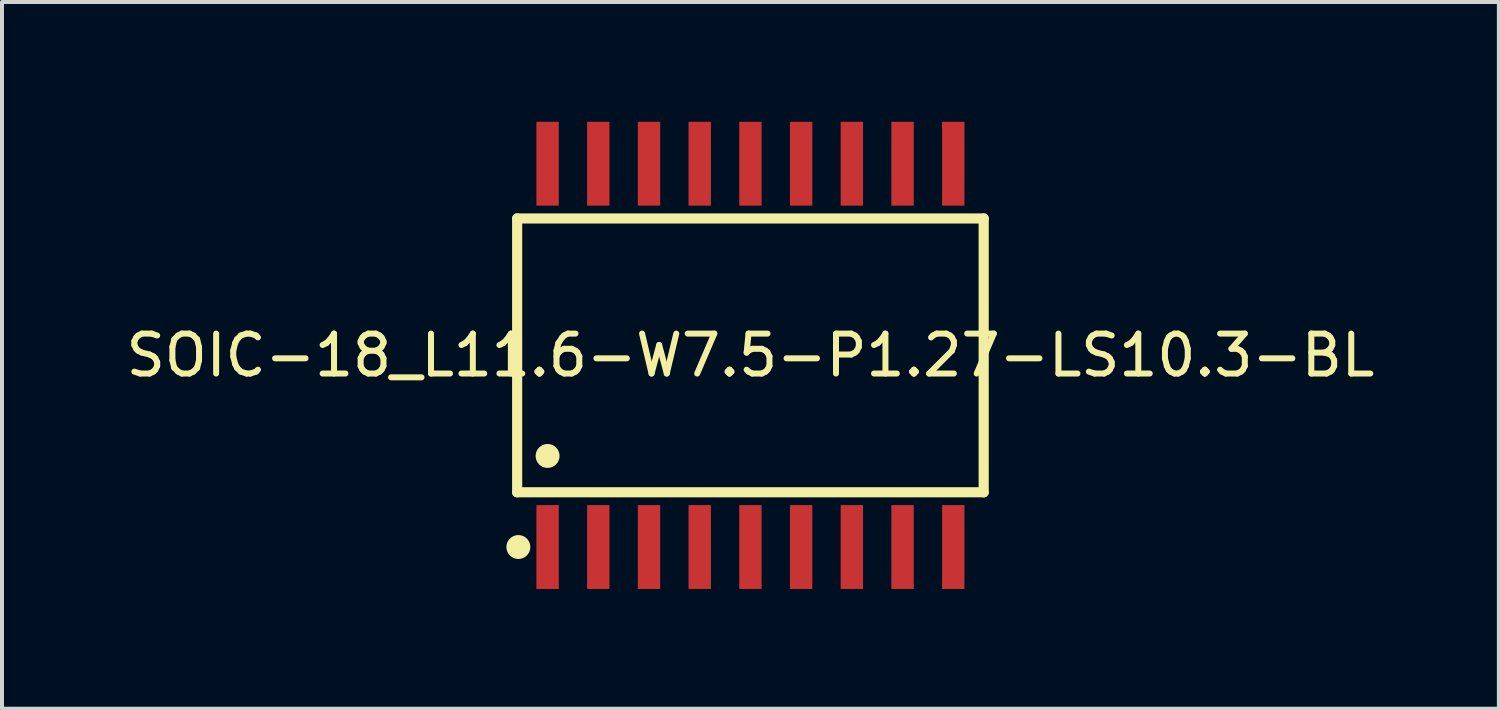
<source format=kicad_pcb>
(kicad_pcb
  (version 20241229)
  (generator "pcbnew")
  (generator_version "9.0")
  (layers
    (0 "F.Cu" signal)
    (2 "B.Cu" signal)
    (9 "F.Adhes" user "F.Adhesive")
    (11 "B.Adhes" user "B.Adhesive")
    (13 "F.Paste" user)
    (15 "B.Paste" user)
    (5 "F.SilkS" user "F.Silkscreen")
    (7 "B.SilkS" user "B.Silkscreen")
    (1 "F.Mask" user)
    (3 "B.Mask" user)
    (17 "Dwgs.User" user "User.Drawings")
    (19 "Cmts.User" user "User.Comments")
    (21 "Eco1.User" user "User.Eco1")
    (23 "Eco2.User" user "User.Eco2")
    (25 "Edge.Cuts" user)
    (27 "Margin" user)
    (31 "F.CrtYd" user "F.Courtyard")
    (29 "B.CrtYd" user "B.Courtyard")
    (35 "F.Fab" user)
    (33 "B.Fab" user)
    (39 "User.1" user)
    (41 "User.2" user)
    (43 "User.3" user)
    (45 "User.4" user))
  (footprint "SOIC-18_L11.6-W7.5-P1.27-LS10.3-BL"
    (layer "F.Cu")
    (at 15.744 5.85)
    (property "Reference" "SOIC-18_L11.6-W7.5-P1.27-LS10.3-BL" (at 0 0 0) (layer "F.SilkS") (effects (font (size 1 1) (thickness 0.15))))
    (fp_line (start -5.842 -3.429) (end 5.842 -3.429) (stroke (width 0.254) (type default)) (layer "F.SilkS"))
    (fp_line (start -5.842 3.429) (end -5.842 -3.429) (stroke (width 0.254) (type default)) (layer "F.SilkS"))
    (fp_line (start -5.842 3.429) (end 5.842 3.429) (stroke (width 0.254) (type default)) (layer "F.SilkS"))
    (fp_line (start 5.842 3.429) (end 5.842 -3.429) (stroke (width 0.254) (type default)) (layer "F.SilkS"))
    (fp_circle (center -5.812 4.8) (end -5.662 4.8) (stroke (width 0.3) (type default)) (fill no) (layer "F.SilkS"))
    (fp_circle (center -5.08 2.519) (end -4.93 2.519) (stroke (width 0.3) (type default)) (fill no) (layer "F.SilkS"))
    (fp_line (start -5.775 -3.75) (end 5.775 -3.75) (stroke (width 0.051) (type default)) (layer "User.1"))
    (fp_line (start -5.775 3.75) (end -5.775 -3.75) (stroke (width 0.051) (type default)) (layer "User.1"))
    (fp_line (start -5.775 3.75) (end 5.776 3.75) (stroke (width 0.051) (type default)) (layer "User.1"))
    (fp_line (start 5.775 -3.75) (end 5.776 3.75) (stroke (width 0.051) (type default)) (layer "User.1"))
    (fp_circle (center -5.08 5.55) (end -4.93 5.55) (stroke (width 0.3) (type default)) (fill no) (layer "User.1"))
    (fp_poly (pts (xy -5.28 -5.15) (xy -5.28 -4.45) (xy -4.88 -4.45) (xy -4.88 -5.15)) (stroke (width 0.1) (type default)) (fill no) (layer "User.1"))
    (fp_poly (pts (xy -5.28 -4.46) (xy -5.28 -3.49) (xy -4.88 -3.49) (xy -4.88 -4.46)) (stroke (width 0.1) (type default)) (fill no) (layer "User.1"))
    (fp_poly (pts (xy -5.28 4.46) (xy -5.28 3.49) (xy -4.88 3.49) (xy -4.88 4.46)) (stroke (width 0.1) (type default)) (fill no) (layer "User.1"))
    (fp_poly (pts (xy -5.28 5.15) (xy -5.28 4.45) (xy -4.88 4.45) (xy -4.88 5.15)) (stroke (width 0.1) (type default)) (fill no) (layer "User.1"))
    (fp_poly (pts (xy -4.01 -5.15) (xy -4.01 -4.45) (xy -3.61 -4.45) (xy -3.61 -5.15)) (stroke (width 0.1) (type default)) (fill no) (layer "User.1"))
    (fp_poly (pts (xy -4.01 -4.46) (xy -4.01 -3.49) (xy -3.61 -3.49) (xy -3.61 -4.46)) (stroke (width 0.1) (type default)) (fill no) (layer "User.1"))
    (fp_poly (pts (xy -4.01 4.46) (xy -4.01 3.49) (xy -3.61 3.49) (xy -3.61 4.46)) (stroke (width 0.1) (type default)) (fill no) (layer "User.1"))
    (fp_poly (pts (xy -4.01 5.15) (xy -4.01 4.45) (xy -3.61 4.45) (xy -3.61 5.15)) (stroke (width 0.1) (type default)) (fill no) (layer "User.1"))
    (fp_poly (pts (xy -2.74 -5.15) (xy -2.74 -4.45) (xy -2.34 -4.45) (xy -2.34 -5.15)) (stroke (width 0.1) (type default)) (fill no) (layer "User.1"))
    (fp_poly (pts (xy -2.74 -4.46) (xy -2.74 -3.49) (xy -2.34 -3.49) (xy -2.34 -4.46)) (stroke (width 0.1) (type default)) (fill no) (layer "User.1"))
    (fp_poly (pts (xy -2.74 4.46) (xy -2.74 3.49) (xy -2.34 3.49) (xy -2.34 4.46)) (stroke (width 0.1) (type default)) (fill no) (layer "User.1"))
    (fp_poly (pts (xy -2.74 5.15) (xy -2.74 4.45) (xy -2.34 4.45) (xy -2.34 5.15)) (stroke (width 0.1) (type default)) (fill no) (layer "User.1"))
    (fp_poly (pts (xy -1.47 -5.15) (xy -1.47 -4.45) (xy -1.07 -4.45) (xy -1.07 -5.15)) (stroke (width 0.1) (type default)) (fill no) (layer "User.1"))
    (fp_poly (pts (xy -1.47 -4.46) (xy -1.47 -3.49) (xy -1.07 -3.49) (xy -1.07 -4.46)) (stroke (width 0.1) (type default)) (fill no) (layer "User.1"))
    (fp_poly (pts (xy -1.47 4.46) (xy -1.47 3.49) (xy -1.07 3.49) (xy -1.07 4.46)) (stroke (width 0.1) (type default)) (fill no) (layer "User.1"))
    (fp_poly (pts (xy -1.47 5.15) (xy -1.47 4.45) (xy -1.07 4.45) (xy -1.07 5.15)) (stroke (width 0.1) (type default)) (fill no) (layer "User.1"))
    (fp_poly (pts (xy -0.2 -5.15) (xy -0.2 -4.45) (xy 0.2 -4.45) (xy 0.2 -5.15)) (stroke (width 0.1) (type default)) (fill no) (layer "User.1"))
    (fp_poly (pts (xy -0.2 -4.46) (xy -0.2 -3.49) (xy 0.2 -3.49) (xy 0.2 -4.46)) (stroke (width 0.1) (type default)) (fill no) (layer "User.1"))
    (fp_poly (pts (xy -0.2 4.46) (xy -0.2 3.49) (xy 0.2 3.49) (xy 0.2 4.46)) (stroke (width 0.1) (type default)) (fill no) (layer "User.1"))
    (fp_poly (pts (xy -0.2 5.15) (xy -0.2 4.45) (xy 0.2 4.45) (xy 0.2 5.15)) (stroke (width 0.1) (type default)) (fill no) (layer "User.1"))
    (fp_poly (pts (xy 1.07 -5.15) (xy 1.07 -4.45) (xy 1.47 -4.45) (xy 1.47 -5.15)) (stroke (width 0.1) (type default)) (fill no) (layer "User.1"))
    (fp_poly (pts (xy 1.07 -4.46) (xy 1.07 -3.49) (xy 1.47 -3.49) (xy 1.47 -4.46)) (stroke (width 0.1) (type default)) (fill no) (layer "User.1"))
    (fp_poly (pts (xy 1.07 4.46) (xy 1.07 3.49) (xy 1.47 3.49) (xy 1.47 4.46)) (stroke (width 0.1) (type default)) (fill no) (layer "User.1"))
    (fp_poly (pts (xy 1.07 5.15) (xy 1.07 4.45) (xy 1.47 4.45) (xy 1.47 5.15)) (stroke (width 0.1) (type default)) (fill no) (layer "User.1"))
    (fp_poly (pts (xy 2.34 -5.15) (xy 2.34 -4.45) (xy 2.74 -4.45) (xy 2.74 -5.15)) (stroke (width 0.1) (type default)) (fill no) (layer "User.1"))
    (fp_poly (pts (xy 2.34 -4.46) (xy 2.34 -3.49) (xy 2.74 -3.49) (xy 2.74 -4.46)) (stroke (width 0.1) (type default)) (fill no) (layer "User.1"))
    (fp_poly (pts (xy 2.34 4.46) (xy 2.34 3.49) (xy 2.74 3.49) (xy 2.74 4.46)) (stroke (width 0.1) (type default)) (fill no) (layer "User.1"))
    (fp_poly (pts (xy 2.34 5.15) (xy 2.34 4.45) (xy 2.74 4.45) (xy 2.74 5.15)) (stroke (width 0.1) (type default)) (fill no) (layer "User.1"))
    (fp_poly (pts (xy 3.61 -5.15) (xy 3.61 -4.45) (xy 4.01 -4.45) (xy 4.01 -5.15)) (stroke (width 0.1) (type default)) (fill no) (layer "User.1"))
    (fp_poly (pts (xy 3.61 -4.46) (xy 3.61 -3.49) (xy 4.01 -3.49) (xy 4.01 -4.46)) (stroke (width 0.1) (type default)) (fill no) (layer "User.1"))
    (fp_poly (pts (xy 3.61 4.46) (xy 3.61 3.49) (xy 4.01 3.49) (xy 4.01 4.46)) (stroke (width 0.1) (type default)) (fill no) (layer "User.1"))
    (fp_poly (pts (xy 3.61 5.15) (xy 3.61 4.45) (xy 4.01 4.45) (xy 4.01 5.15)) (stroke (width 0.1) (type default)) (fill no) (layer "User.1"))
    (fp_poly (pts (xy 4.88 -5.15) (xy 4.88 -4.45) (xy 5.28 -4.45) (xy 5.28 -5.15)) (stroke (width 0.1) (type default)) (fill no) (layer "User.1"))
    (fp_poly (pts (xy 4.88 -4.46) (xy 4.88 -3.49) (xy 5.28 -3.49) (xy 5.28 -4.46)) (stroke (width 0.1) (type default)) (fill no) (layer "User.1"))
    (fp_poly (pts (xy 4.88 4.46) (xy 4.88 3.49) (xy 5.28 3.49) (xy 5.28 4.46)) (stroke (width 0.1) (type default)) (fill no) (layer "User.1"))
    (fp_poly (pts (xy 4.88 5.15) (xy 4.88 4.45) (xy 5.28 4.45) (xy 5.28 5.15)) (stroke (width 0.1) (type default)) (fill no) (layer "User.1"))
    (fp_poly (pts (xy 5.675 -5.181) (xy -5.675 -5.181) (xy -5.675 4.981) (xy 5.675 4.981)) (stroke (width 0.1) (type default)) (fill no) (layer "User.1"))
    (fp_poly (pts (arc (start -5.715 5.15) (mid -5.775 5.091481) (end -5.835 5.15)) (arc (start -5.835 5.15) (mid -5.775 5.209008) (end -5.715 5.15))) (stroke (width 0.1) (type default)) (fill no) (layer "User.1"))
    (pad "1" smd rect (at -5.08 4.8) (size 0.56 2.1) (layers "F.Cu" "F.Mask" "F.Paste"))
    (pad "2" smd rect (at -3.81 4.8) (size 0.56 2.1) (layers "F.Cu" "F.Mask" "F.Paste"))
    (pad "3" smd rect (at -2.54 4.8) (size 0.56 2.1) (layers "F.Cu" "F.Mask" "F.Paste"))
    (pad "4" smd rect (at -1.27 4.8) (size 0.56 2.1) (layers "F.Cu" "F.Mask" "F.Paste"))
    (pad "5" smd rect (at 0 4.8) (size 0.56 2.1) (layers "F.Cu" "F.Mask" "F.Paste"))
    (pad "6" smd rect (at 1.27 4.8) (size 0.56 2.1) (layers "F.Cu" "F.Mask" "F.Paste"))
    (pad "7" smd rect (at 2.54 4.8) (size 0.56 2.1) (layers "F.Cu" "F.Mask" "F.Paste"))
    (pad "8" smd rect (at 3.81 4.8) (size 0.56 2.1) (layers "F.Cu" "F.Mask" "F.Paste"))
    (pad "9" smd rect (at 5.08 4.8) (size 0.56 2.1) (layers "F.Cu" "F.Mask" "F.Paste"))
    (pad "10" smd rect (at 5.08 -4.8) (size 0.56 2.1) (layers "F.Cu" "F.Mask" "F.Paste"))
    (pad "11" smd rect (at 3.81 -4.8) (size 0.56 2.1) (layers "F.Cu" "F.Mask" "F.Paste"))
    (pad "12" smd rect (at 2.54 -4.8) (size 0.56 2.1) (layers "F.Cu" "F.Mask" "F.Paste"))
    (pad "13" smd rect (at 1.27 -4.8) (size 0.56 2.1) (layers "F.Cu" "F.Mask" "F.Paste"))
    (pad "14" smd rect (at 0 -4.8) (size 0.56 2.1) (layers "F.Cu" "F.Mask" "F.Paste"))
    (pad "15" smd rect (at -1.27 -4.8) (size 0.56 2.1) (layers "F.Cu" "F.Mask" "F.Paste"))
    (pad "16" smd rect (at -2.54 -4.8) (size 0.56 2.1) (layers "F.Cu" "F.Mask" "F.Paste"))
    (pad "17" smd rect (at -3.81 -4.8) (size 0.56 2.1) (layers "F.Cu" "F.Mask" "F.Paste"))
    (pad "18" smd rect (at -5.08 -4.8) (size 0.56 2.1) (layers "F.Cu" "F.Mask" "F.Paste")))
  (gr_rect
    (start -3 -3)
    (end 34.488 14.7)
    (stroke (width 0.1) (type default))
    (fill no)
    (layer "Edge.Cuts")))
</source>
